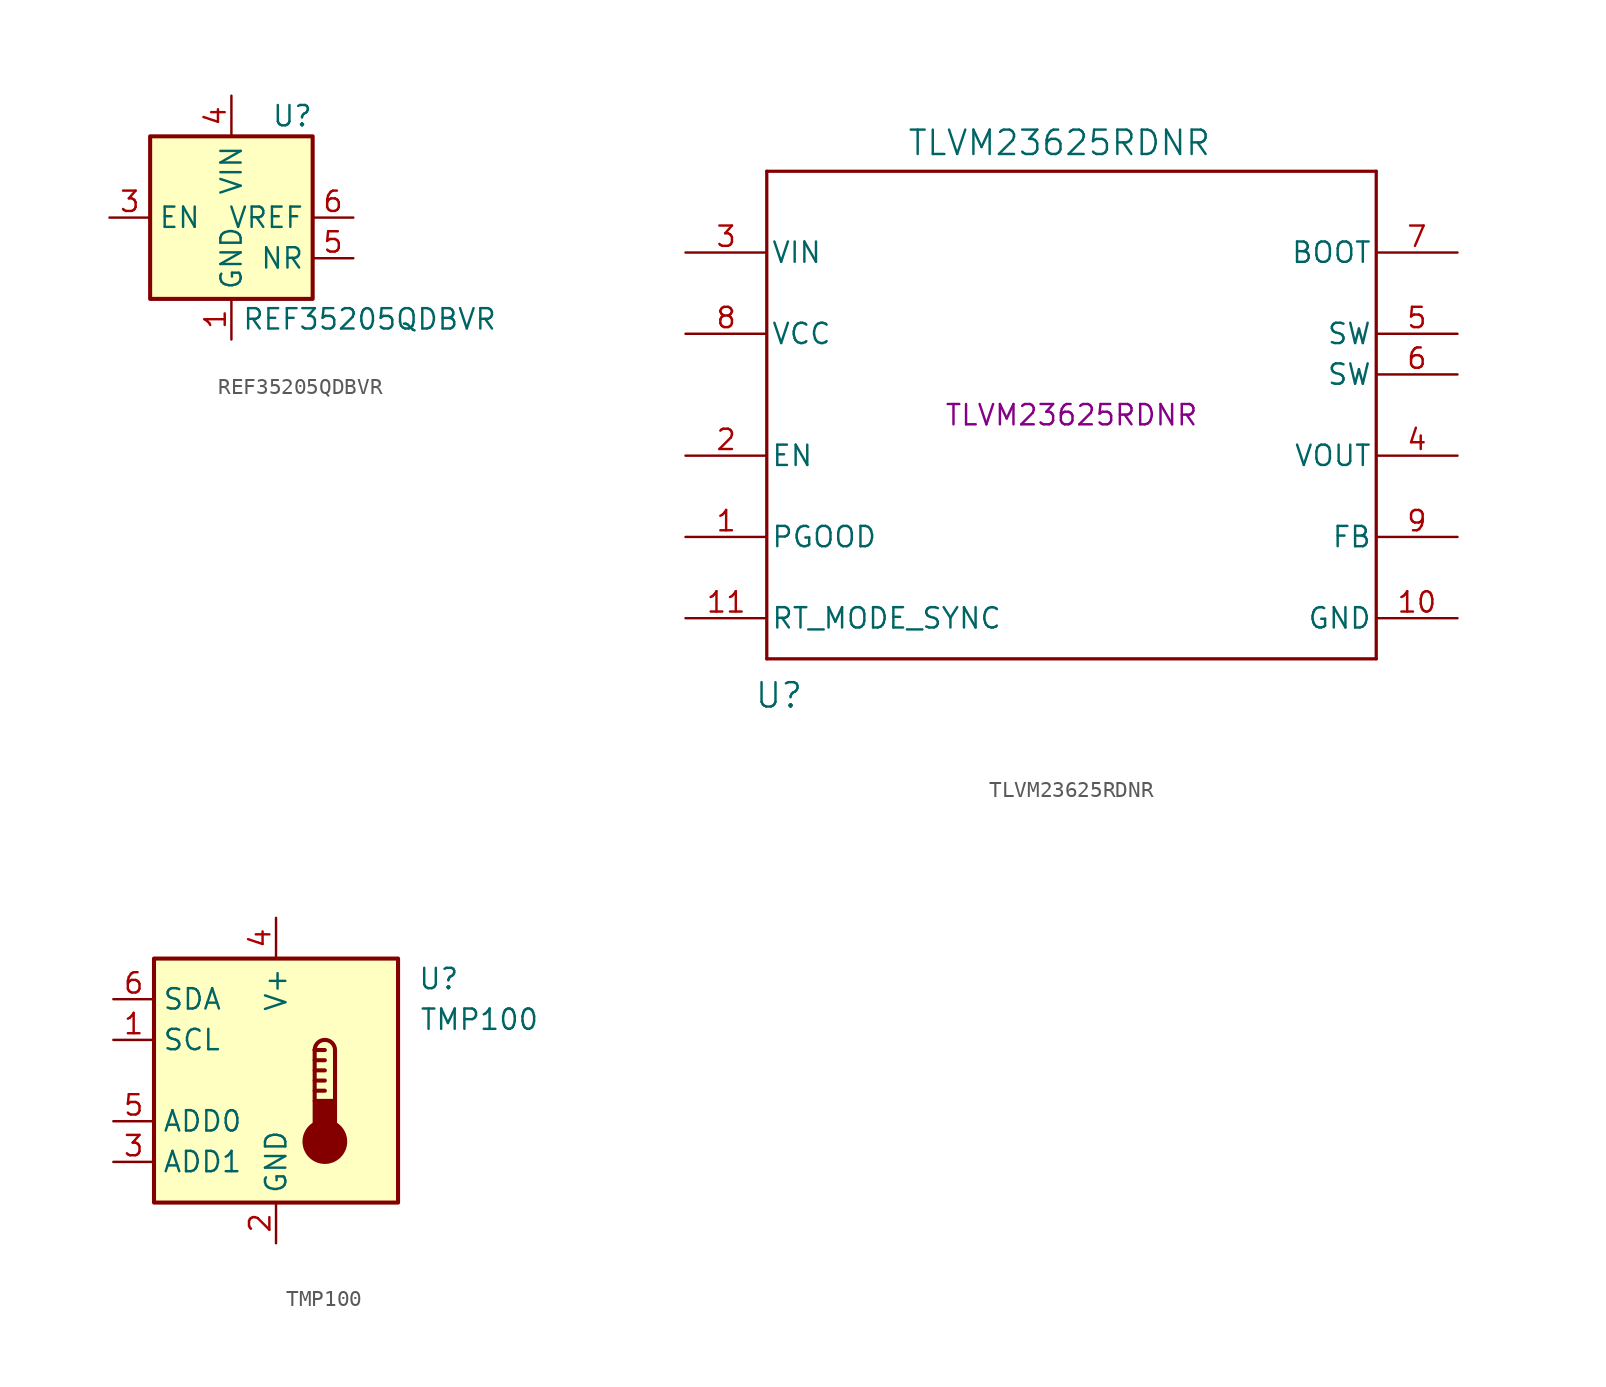
<source format=kicad_sym>
(kicad_symbol_lib
  (version 20241209)
  (generator "kicad_symbol_editor")
  (generator_version "9.0")
  (symbol "REF35205QDBVR"
    (property "Reference" "U"
      (at 3.81 6.35 0)
      (effects (font (size 1.27 1.27))))
    (property "Value" "REF35205QDBVR"
      (at 8.636 -6.35 0)
      (effects (font (size 1.27 1.27))))
    (symbol "REF35205QDBVR_1_1"
      (rectangle (start -5.08 5.08) (end 5.08 -5.08) (stroke (width 0.254) (type default)) (fill (type background)))
      (pin input line (at -7.62 0 0) (length 2.54) (name "EN" (effects (font (size 1.27 1.27)))) (number "3" (effects (font (size 1.27 1.27)))))
      (pin power_in line (at 0 7.62 270) (length 2.54) (name "VIN" (effects (font (size 1.27 1.27)))) (number "4" (effects (font (size 1.27 1.27)))))
      (pin power_in line (at 0 -7.62 90) (length 2.54) (name "GND" (effects (font (size 1.27 1.27)))) (number "1" (effects (font (size 1.27 1.27)))))
      (pin passive line (at 0 -7.62 90) (length 2.54) (hide yes) (name "GND" (effects (font (size 1.27 1.27)))) (number "2" (effects (font (size 1.27 1.27)))))
      (pin power_out line (at 7.62 0 180) (length 2.54) (name "VREF" (effects (font (size 1.27 1.27)))) (number "6" (effects (font (size 1.27 1.27)))))
      (pin output line (at 7.62 -2.54 180) (length 2.54) (name "NR" (effects (font (size 1.27 1.27)))) (number "5" (effects (font (size 1.27 1.27)))))))
  (symbol "TLVM23625RDNR"
    (pin_names
      (offset 0.254))
    (property "Reference" "U"
      (at -18.288 -17.526 0)
      (effects (font (size 1.524 1.524))))
    (property "Value" "TLVM23625RDNR"
      (at -0.762 17.018 0)
      (effects (font (size 1.524 1.524))))
    (property "MPN" "TLVM23625RDNR"
      (at 0 0 0)
      (effects (font (size 1.27 1.27))))
    (symbol "TLVM23625RDNR_0_1"
      (polyline (pts (xy -19.05 15.24) (xy -19.05 -15.24)) (stroke (width 0.203) (type default)) (fill (type none)))
      (polyline (pts (xy -19.05 -15.24) (xy 19.05 -15.24)) (stroke (width 0.203) (type default)) (fill (type none)))
      (polyline (pts (xy 19.05 15.24) (xy -19.05 15.24)) (stroke (width 0.203) (type default)) (fill (type none)))
      (polyline (pts (xy 19.05 -15.24) (xy 19.05 15.24)) (stroke (width 0.203) (type default)) (fill (type none)))
      (pin power_in line (at -24.13 10.16 0) (length 5.08) (name "VIN" (effects (font (size 1.27 1.27)))) (number "3" (effects (font (size 1.27 1.27)))))
      (pin unspecified line (at -24.13 5.08 0) (length 5.08) (name "VCC" (effects (font (size 1.27 1.27)))) (number "8" (effects (font (size 1.27 1.27)))))
      (pin input line (at -24.13 -2.54 0) (length 5.08) (name "EN" (effects (font (size 1.27 1.27)))) (number "2" (effects (font (size 1.27 1.27)))))
      (pin open_collector line (at -24.13 -7.62 0) (length 5.08) (name "PGOOD" (effects (font (size 1.27 1.27)))) (number "1" (effects (font (size 1.27 1.27)))))
      (pin unspecified line (at -24.13 -12.7 0) (length 5.08) (name "RT_MODE_SYNC" (effects (font (size 1.27 1.27)))) (number "11" (effects (font (size 1.27 1.27)))))
      (pin unspecified line (at 24.13 10.16 180) (length 5.08) (name "BOOT" (effects (font (size 1.27 1.27)))) (number "7" (effects (font (size 1.27 1.27)))))
      (pin unspecified line (at 24.13 5.08 180) (length 5.08) (name "SW" (effects (font (size 1.27 1.27)))) (number "5" (effects (font (size 1.27 1.27)))))
      (pin unspecified line (at 24.13 2.54 180) (length 5.08) (name "SW" (effects (font (size 1.27 1.27)))) (number "6" (effects (font (size 1.27 1.27)))))
      (pin power_in line (at 24.13 -2.54 180) (length 5.08) (name "VOUT" (effects (font (size 1.27 1.27)))) (number "4" (effects (font (size 1.27 1.27)))))
      (pin unspecified line (at 24.13 -7.62 180) (length 5.08) (name "FB" (effects (font (size 1.27 1.27)))) (number "9" (effects (font (size 1.27 1.27)))))
      (pin power_in line (at 24.13 -12.7 180) (length 5.08) (name "GND" (effects (font (size 1.27 1.27)))) (number "10" (effects (font (size 1.27 1.27)))))))
  (symbol "TMP100"
    (property "Reference" "U"
      (at 10.16 6.35 0)
      (effects (font (size 1.27 1.27))))
    (property "Value" "TMP100"
      (at 12.7 3.81 0)
      (effects (font (size 1.27 1.27))))
    (symbol "TMP100_0_1"
      (rectangle (start -7.62 7.62) (end 7.62 -7.62) (stroke (width 0.254) (type default)) (fill (type background))))
    (symbol "TMP100_1_1"
      (polyline (pts (xy 2.413 1.905) (xy 2.413 -1.27)) (stroke (width 0.254) (type default)) (fill (type none)))
      (polyline (pts (xy 2.413 1.905) (xy 3.048 1.905)) (stroke (width 0.254) (type default)) (fill (type none)))
      (polyline (pts (xy 2.413 1.27) (xy 3.048 1.27)) (stroke (width 0.254) (type default)) (fill (type none)))
      (polyline (pts (xy 2.413 0.635) (xy 3.048 0.635)) (stroke (width 0.254) (type default)) (fill (type none)))
      (polyline (pts (xy 2.413 0) (xy 3.048 0)) (stroke (width 0.254) (type default)) (fill (type none)))
      (polyline (pts (xy 2.413 -0.635) (xy 3.048 -0.635)) (stroke (width 0.254) (type default)) (fill (type none)))
      (arc (start 2.413 1.905) (mid 3.048 2.5373) (end 3.683 1.905) (stroke (width 0.254) (type default)) (fill (type none)))
      (circle (center 3.048 -3.81) (radius 1.27) (stroke (width 0.254) (type default)) (fill (type outline)))
      (polyline (pts (xy 3.683 1.905) (xy 3.683 -1.27)) (stroke (width 0.254) (type default)) (fill (type none)))
      (rectangle (start 3.683 -3.175) (end 2.413 -1.27) (stroke (width 0.254) (type default)) (fill (type outline)))
      (pin bidirectional line (at -10.16 5.08 0) (length 2.54) (name "SDA" (effects (font (size 1.27 1.27)))) (number "6" (effects (font (size 1.27 1.27)))))
      (pin input line (at -10.16 2.54 0) (length 2.54) (name "SCL" (effects (font (size 1.27 1.27)))) (number "1" (effects (font (size 1.27 1.27)))))
      (pin input line (at -10.16 -2.54 0) (length 2.54) (name "ADD0" (effects (font (size 1.27 1.27)))) (number "5" (effects (font (size 1.27 1.27)))))
      (pin input line (at -10.16 -5.08 0) (length 2.54) (name "ADD1" (effects (font (size 1.27 1.27)))) (number "3" (effects (font (size 1.27 1.27)))))
      (pin power_in line (at 0 10.16 270) (length 2.54) (name "V+" (effects (font (size 1.27 1.27)))) (number "4" (effects (font (size 1.27 1.27)))))
      (pin power_in line (at 0 -10.16 90) (length 2.54) (name "GND" (effects (font (size 1.27 1.27)))) (number "2" (effects (font (size 1.27 1.27))))))))
</source>
